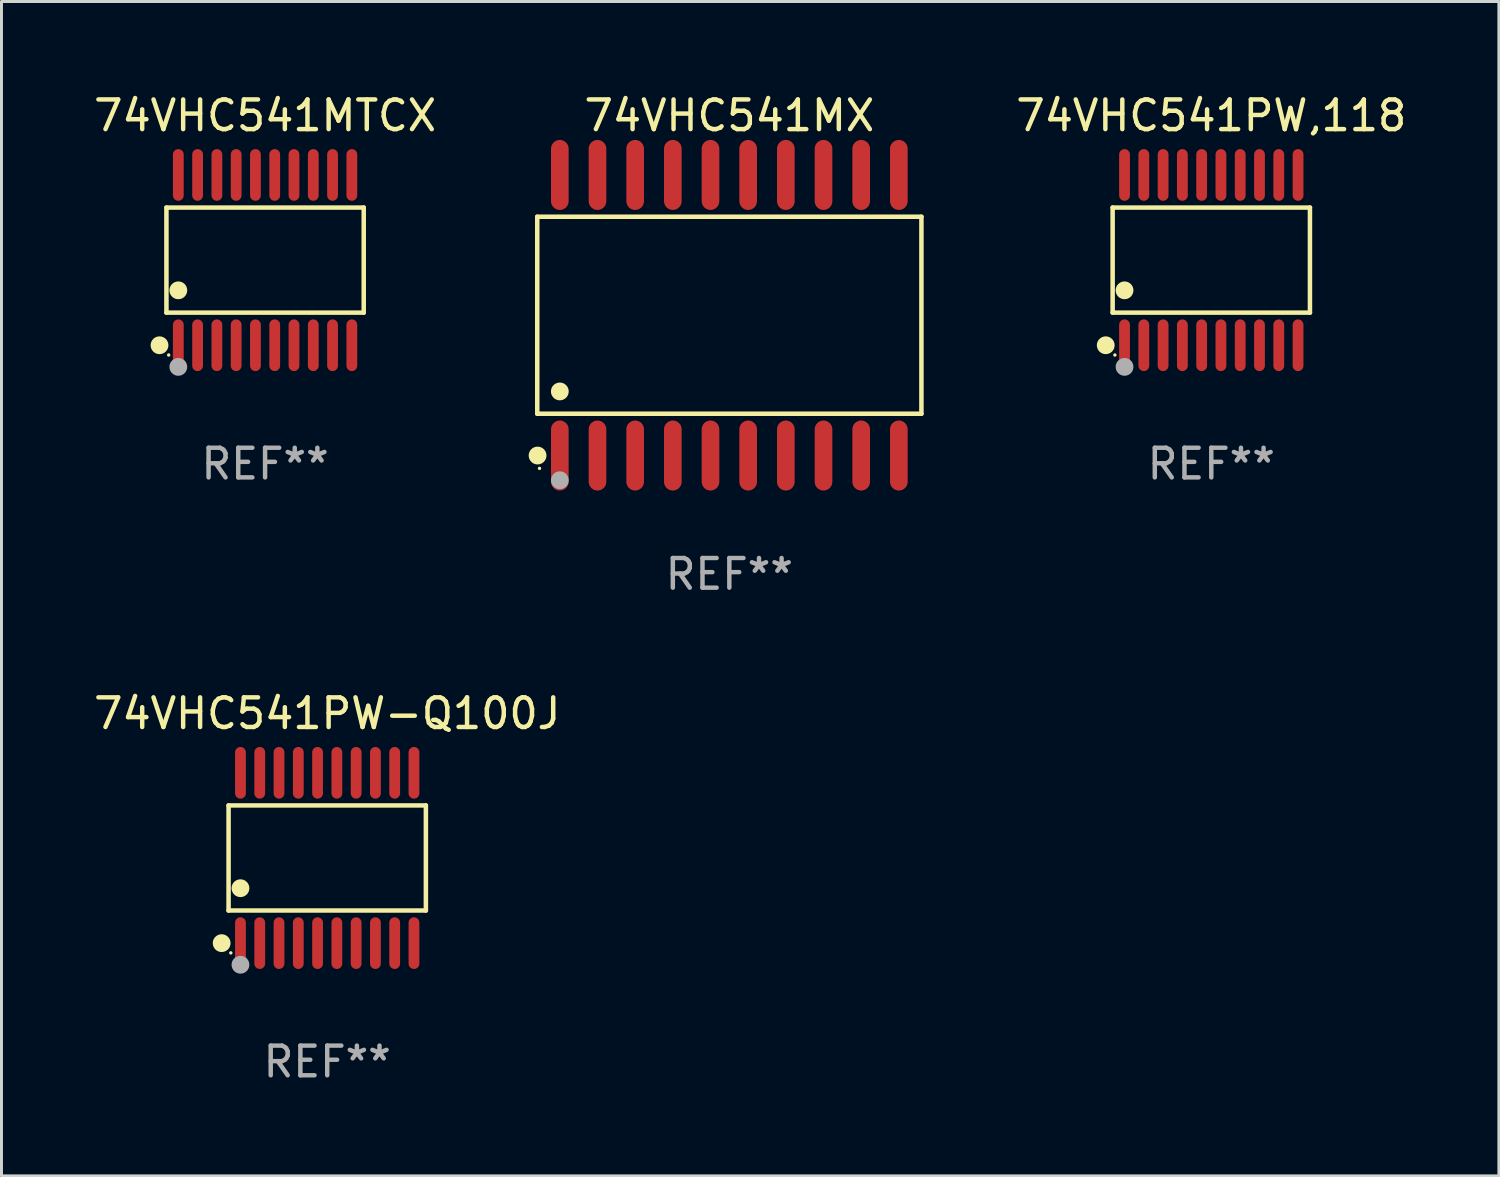
<source format=kicad_pcb>
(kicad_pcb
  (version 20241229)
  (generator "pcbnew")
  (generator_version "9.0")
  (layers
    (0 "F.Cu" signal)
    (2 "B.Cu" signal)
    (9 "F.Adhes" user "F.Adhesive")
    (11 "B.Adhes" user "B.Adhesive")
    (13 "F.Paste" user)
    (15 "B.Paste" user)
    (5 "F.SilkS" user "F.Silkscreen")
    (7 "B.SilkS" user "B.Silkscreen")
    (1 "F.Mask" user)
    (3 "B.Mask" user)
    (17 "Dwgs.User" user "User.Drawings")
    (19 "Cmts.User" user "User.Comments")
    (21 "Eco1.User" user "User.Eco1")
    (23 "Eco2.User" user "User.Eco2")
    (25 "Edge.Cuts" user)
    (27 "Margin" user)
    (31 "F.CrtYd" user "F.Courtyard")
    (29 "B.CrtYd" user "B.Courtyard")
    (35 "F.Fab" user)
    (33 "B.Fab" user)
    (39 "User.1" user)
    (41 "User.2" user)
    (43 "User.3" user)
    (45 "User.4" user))
  (footprint "74VHC541MX"
    (layer "F.Cu")
    (at 21.539 7.578)
    (property "Reference" "74VHC541MX" (at 0 -6.73 0) (layer "F.SilkS") (effects (font (size 1 1) (thickness 0.15))))
    (attr through_hole)
    (fp_line (start -6.476 -3.321) (end 6.476 -3.321) (stroke (width 0.152) (type solid)) (layer "F.SilkS"))
    (fp_line (start -6.476 3.321) (end -6.476 -3.321) (stroke (width 0.152) (type solid)) (layer "F.SilkS"))
    (fp_line (start 6.476 -3.321) (end 6.476 3.321) (stroke (width 0.152) (type solid)) (layer "F.SilkS"))
    (fp_line (start 6.476 3.321) (end -6.476 3.321) (stroke (width 0.152) (type solid)) (layer "F.SilkS"))
    (fp_circle (center -6.465 4.73) (end -6.315 4.73) (stroke (width 0.3) (type solid)) (fill no) (layer "F.SilkS"))
    (fp_circle (center -6.4 5.163) (end -6.37 5.163) (stroke (width 0.06) (type solid)) (fill no) (layer "F.SilkS"))
    (fp_circle (center -5.715 2.569) (end -5.565 2.569) (stroke (width 0.3) (type solid)) (fill no) (layer "F.SilkS"))
    (fp_circle (center -5.715 5.563) (end -5.565 5.563) (stroke (width 0.3) (type solid)) (fill no) (layer "F.Fab"))
    (fp_text user "REF**" (at 0 8.73 0) (layer "F.Fab") (effects (font (size 1 1) (thickness 0.15))))
    (pad "1" smd oval (at -5.715 4.73) (size 0.595 2.36) (layers "F.Cu" "F.Mask" "F.Paste"))
    (pad "2" smd oval (at -4.445 4.73) (size 0.595 2.36) (layers "F.Cu" "F.Mask" "F.Paste"))
    (pad "3" smd oval (at -3.175 4.73) (size 0.595 2.36) (layers "F.Cu" "F.Mask" "F.Paste"))
    (pad "4" smd oval (at -1.905 4.73) (size 0.595 2.36) (layers "F.Cu" "F.Mask" "F.Paste"))
    (pad "5" smd oval (at -0.635 4.73) (size 0.595 2.36) (layers "F.Cu" "F.Mask" "F.Paste"))
    (pad "6" smd oval (at 0.635 4.73) (size 0.595 2.36) (layers "F.Cu" "F.Mask" "F.Paste"))
    (pad "7" smd oval (at 1.905 4.73) (size 0.595 2.36) (layers "F.Cu" "F.Mask" "F.Paste"))
    (pad "8" smd oval (at 3.175 4.73) (size 0.595 2.36) (layers "F.Cu" "F.Mask" "F.Paste"))
    (pad "9" smd oval (at 4.445 4.73) (size 0.595 2.36) (layers "F.Cu" "F.Mask" "F.Paste"))
    (pad "10" smd oval (at 5.715 4.73) (size 0.595 2.36) (layers "F.Cu" "F.Mask" "F.Paste"))
    (pad "11" smd oval (at 5.715 -4.73) (size 0.595 2.36) (layers "F.Cu" "F.Mask" "F.Paste"))
    (pad "12" smd oval (at 4.445 -4.73) (size 0.595 2.36) (layers "F.Cu" "F.Mask" "F.Paste"))
    (pad "13" smd oval (at 3.175 -4.73) (size 0.595 2.36) (layers "F.Cu" "F.Mask" "F.Paste"))
    (pad "14" smd oval (at 1.905 -4.73) (size 0.595 2.36) (layers "F.Cu" "F.Mask" "F.Paste"))
    (pad "15" smd oval (at 0.635 -4.73) (size 0.595 2.36) (layers "F.Cu" "F.Mask" "F.Paste"))
    (pad "16" smd oval (at -0.635 -4.73) (size 0.595 2.36) (layers "F.Cu" "F.Mask" "F.Paste"))
    (pad "17" smd oval (at -1.905 -4.73) (size 0.595 2.36) (layers "F.Cu" "F.Mask" "F.Paste"))
    (pad "18" smd oval (at -3.175 -4.73) (size 0.595 2.36) (layers "F.Cu" "F.Mask" "F.Paste"))
    (pad "19" smd oval (at -4.445 -4.73) (size 0.595 2.36) (layers "F.Cu" "F.Mask" "F.Paste"))
    (pad "20" smd oval (at -5.715 -4.73) (size 0.595 2.36) (layers "F.Cu" "F.Mask" "F.Paste")))
  (footprint "74VHC541PW-Q100J"
    (layer "F.Cu")
    (at 7.982 25.876)
    (property "Reference" "74VHC541PW-Q100J" (at 0 -4.871 0) (layer "F.SilkS") (effects (font (size 1 1) (thickness 0.15))))
    (attr through_hole)
    (fp_line (start -3.326 -1.771) (end 3.326 -1.771) (stroke (width 0.152) (type solid)) (layer "F.SilkS"))
    (fp_line (start -3.326 1.771) (end -3.326 -1.771) (stroke (width 0.152) (type solid)) (layer "F.SilkS"))
    (fp_line (start 3.326 -1.771) (end 3.326 1.771) (stroke (width 0.152) (type solid)) (layer "F.SilkS"))
    (fp_line (start 3.326 1.771) (end -3.326 1.771) (stroke (width 0.152) (type solid)) (layer "F.SilkS"))
    (fp_circle (center -3.559 2.871) (end -3.409 2.871) (stroke (width 0.3) (type solid)) (fill no) (layer "F.SilkS"))
    (fp_circle (center -3.25 3.2) (end -3.22 3.2) (stroke (width 0.06) (type solid)) (fill no) (layer "F.SilkS"))
    (fp_circle (center -2.925 1.019) (end -2.775 1.019) (stroke (width 0.3) (type solid)) (fill no) (layer "F.SilkS"))
    (fp_circle (center -2.925 3.6) (end -2.775 3.6) (stroke (width 0.3) (type solid)) (fill no) (layer "F.Fab"))
    (fp_text user "REF**" (at 0 6.871 0) (layer "F.Fab") (effects (font (size 1 1) (thickness 0.15))))
    (pad "1" smd oval (at -2.925 2.871) (size 0.364 1.742) (layers "F.Cu" "F.Mask" "F.Paste"))
    (pad "2" smd oval (at -2.275 2.871) (size 0.364 1.742) (layers "F.Cu" "F.Mask" "F.Paste"))
    (pad "3" smd oval (at -1.625 2.871) (size 0.364 1.742) (layers "F.Cu" "F.Mask" "F.Paste"))
    (pad "4" smd oval (at -0.975 2.871) (size 0.364 1.742) (layers "F.Cu" "F.Mask" "F.Paste"))
    (pad "5" smd oval (at -0.325 2.871) (size 0.364 1.742) (layers "F.Cu" "F.Mask" "F.Paste"))
    (pad "6" smd oval (at 0.325 2.871) (size 0.364 1.742) (layers "F.Cu" "F.Mask" "F.Paste"))
    (pad "7" smd oval (at 0.975 2.871) (size 0.364 1.742) (layers "F.Cu" "F.Mask" "F.Paste"))
    (pad "8" smd oval (at 1.625 2.871) (size 0.364 1.742) (layers "F.Cu" "F.Mask" "F.Paste"))
    (pad "9" smd oval (at 2.275 2.871) (size 0.364 1.742) (layers "F.Cu" "F.Mask" "F.Paste"))
    (pad "10" smd oval (at 2.925 2.871) (size 0.364 1.742) (layers "F.Cu" "F.Mask" "F.Paste"))
    (pad "11" smd oval (at 2.925 -2.871) (size 0.364 1.742) (layers "F.Cu" "F.Mask" "F.Paste"))
    (pad "12" smd oval (at 2.275 -2.871) (size 0.364 1.742) (layers "F.Cu" "F.Mask" "F.Paste"))
    (pad "13" smd oval (at 1.625 -2.871) (size 0.364 1.742) (layers "F.Cu" "F.Mask" "F.Paste"))
    (pad "14" smd oval (at 0.975 -2.871) (size 0.364 1.742) (layers "F.Cu" "F.Mask" "F.Paste"))
    (pad "15" smd oval (at 0.325 -2.871) (size 0.364 1.742) (layers "F.Cu" "F.Mask" "F.Paste"))
    (pad "16" smd oval (at -0.325 -2.871) (size 0.364 1.742) (layers "F.Cu" "F.Mask" "F.Paste"))
    (pad "17" smd oval (at -0.975 -2.871) (size 0.364 1.742) (layers "F.Cu" "F.Mask" "F.Paste"))
    (pad "18" smd oval (at -1.625 -2.871) (size 0.364 1.742) (layers "F.Cu" "F.Mask" "F.Paste"))
    (pad "19" smd oval (at -2.275 -2.871) (size 0.364 1.742) (layers "F.Cu" "F.Mask" "F.Paste"))
    (pad "20" smd oval (at -2.925 -2.871) (size 0.364 1.742) (layers "F.Cu" "F.Mask" "F.Paste")))
  (footprint "74VHC541PW,118"
    (layer "F.Cu")
    (at 37.788 5.719)
    (property "Reference" "74VHC541PW,118" (at 0 -4.871 0) (layer "F.SilkS") (effects (font (size 1 1) (thickness 0.15))))
    (attr through_hole)
    (fp_line (start -3.326 -1.771) (end 3.326 -1.771) (stroke (width 0.152) (type solid)) (layer "F.SilkS"))
    (fp_line (start -3.326 1.771) (end -3.326 -1.771) (stroke (width 0.152) (type solid)) (layer "F.SilkS"))
    (fp_line (start 3.326 -1.771) (end 3.326 1.771) (stroke (width 0.152) (type solid)) (layer "F.SilkS"))
    (fp_line (start 3.326 1.771) (end -3.326 1.771) (stroke (width 0.152) (type solid)) (layer "F.SilkS"))
    (fp_circle (center -3.559 2.871) (end -3.409 2.871) (stroke (width 0.3) (type solid)) (fill no) (layer "F.SilkS"))
    (fp_circle (center -3.25 3.2) (end -3.22 3.2) (stroke (width 0.06) (type solid)) (fill no) (layer "F.SilkS"))
    (fp_circle (center -2.925 1.019) (end -2.775 1.019) (stroke (width 0.3) (type solid)) (fill no) (layer "F.SilkS"))
    (fp_circle (center -2.925 3.6) (end -2.775 3.6) (stroke (width 0.3) (type solid)) (fill no) (layer "F.Fab"))
    (fp_text user "REF**" (at 0 6.871 0) (layer "F.Fab") (effects (font (size 1 1) (thickness 0.15))))
    (pad "1" smd oval (at -2.925 2.871) (size 0.364 1.742) (layers "F.Cu" "F.Mask" "F.Paste"))
    (pad "2" smd oval (at -2.275 2.871) (size 0.364 1.742) (layers "F.Cu" "F.Mask" "F.Paste"))
    (pad "3" smd oval (at -1.625 2.871) (size 0.364 1.742) (layers "F.Cu" "F.Mask" "F.Paste"))
    (pad "4" smd oval (at -0.975 2.871) (size 0.364 1.742) (layers "F.Cu" "F.Mask" "F.Paste"))
    (pad "5" smd oval (at -0.325 2.871) (size 0.364 1.742) (layers "F.Cu" "F.Mask" "F.Paste"))
    (pad "6" smd oval (at 0.325 2.871) (size 0.364 1.742) (layers "F.Cu" "F.Mask" "F.Paste"))
    (pad "7" smd oval (at 0.975 2.871) (size 0.364 1.742) (layers "F.Cu" "F.Mask" "F.Paste"))
    (pad "8" smd oval (at 1.625 2.871) (size 0.364 1.742) (layers "F.Cu" "F.Mask" "F.Paste"))
    (pad "9" smd oval (at 2.275 2.871) (size 0.364 1.742) (layers "F.Cu" "F.Mask" "F.Paste"))
    (pad "10" smd oval (at 2.925 2.871) (size 0.364 1.742) (layers "F.Cu" "F.Mask" "F.Paste"))
    (pad "11" smd oval (at 2.925 -2.871) (size 0.364 1.742) (layers "F.Cu" "F.Mask" "F.Paste"))
    (pad "12" smd oval (at 2.275 -2.871) (size 0.364 1.742) (layers "F.Cu" "F.Mask" "F.Paste"))
    (pad "13" smd oval (at 1.625 -2.871) (size 0.364 1.742) (layers "F.Cu" "F.Mask" "F.Paste"))
    (pad "14" smd oval (at 0.975 -2.871) (size 0.364 1.742) (layers "F.Cu" "F.Mask" "F.Paste"))
    (pad "15" smd oval (at 0.325 -2.871) (size 0.364 1.742) (layers "F.Cu" "F.Mask" "F.Paste"))
    (pad "16" smd oval (at -0.325 -2.871) (size 0.364 1.742) (layers "F.Cu" "F.Mask" "F.Paste"))
    (pad "17" smd oval (at -0.975 -2.871) (size 0.364 1.742) (layers "F.Cu" "F.Mask" "F.Paste"))
    (pad "18" smd oval (at -1.625 -2.871) (size 0.364 1.742) (layers "F.Cu" "F.Mask" "F.Paste"))
    (pad "19" smd oval (at -2.275 -2.871) (size 0.364 1.742) (layers "F.Cu" "F.Mask" "F.Paste"))
    (pad "20" smd oval (at -2.925 -2.871) (size 0.364 1.742) (layers "F.Cu" "F.Mask" "F.Paste")))
  (footprint "74VHC541MTCX"
    (layer "F.Cu")
    (at 5.887 5.719)
    (property "Reference" "74VHC541MTCX" (at 0 -4.871 0) (layer "F.SilkS") (effects (font (size 1 1) (thickness 0.15))))
    (attr through_hole)
    (fp_line (start -3.326 -1.771) (end 3.326 -1.771) (stroke (width 0.152) (type solid)) (layer "F.SilkS"))
    (fp_line (start -3.326 1.771) (end -3.326 -1.771) (stroke (width 0.152) (type solid)) (layer "F.SilkS"))
    (fp_line (start 3.326 -1.771) (end 3.326 1.771) (stroke (width 0.152) (type solid)) (layer "F.SilkS"))
    (fp_line (start 3.326 1.771) (end -3.326 1.771) (stroke (width 0.152) (type solid)) (layer "F.SilkS"))
    (fp_circle (center -3.559 2.871) (end -3.409 2.871) (stroke (width 0.3) (type solid)) (fill no) (layer "F.SilkS"))
    (fp_circle (center -3.25 3.2) (end -3.22 3.2) (stroke (width 0.06) (type solid)) (fill no) (layer "F.SilkS"))
    (fp_circle (center -2.925 1.019) (end -2.775 1.019) (stroke (width 0.3) (type solid)) (fill no) (layer "F.SilkS"))
    (fp_circle (center -2.925 3.6) (end -2.775 3.6) (stroke (width 0.3) (type solid)) (fill no) (layer "F.Fab"))
    (fp_text user "REF**" (at 0 6.871 0) (layer "F.Fab") (effects (font (size 1 1) (thickness 0.15))))
    (pad "1" smd oval (at -2.925 2.871) (size 0.364 1.742) (layers "F.Cu" "F.Mask" "F.Paste"))
    (pad "2" smd oval (at -2.275 2.871) (size 0.364 1.742) (layers "F.Cu" "F.Mask" "F.Paste"))
    (pad "3" smd oval (at -1.625 2.871) (size 0.364 1.742) (layers "F.Cu" "F.Mask" "F.Paste"))
    (pad "4" smd oval (at -0.975 2.871) (size 0.364 1.742) (layers "F.Cu" "F.Mask" "F.Paste"))
    (pad "5" smd oval (at -0.325 2.871) (size 0.364 1.742) (layers "F.Cu" "F.Mask" "F.Paste"))
    (pad "6" smd oval (at 0.325 2.871) (size 0.364 1.742) (layers "F.Cu" "F.Mask" "F.Paste"))
    (pad "7" smd oval (at 0.975 2.871) (size 0.364 1.742) (layers "F.Cu" "F.Mask" "F.Paste"))
    (pad "8" smd oval (at 1.625 2.871) (size 0.364 1.742) (layers "F.Cu" "F.Mask" "F.Paste"))
    (pad "9" smd oval (at 2.275 2.871) (size 0.364 1.742) (layers "F.Cu" "F.Mask" "F.Paste"))
    (pad "10" smd oval (at 2.925 2.871) (size 0.364 1.742) (layers "F.Cu" "F.Mask" "F.Paste"))
    (pad "11" smd oval (at 2.925 -2.871) (size 0.364 1.742) (layers "F.Cu" "F.Mask" "F.Paste"))
    (pad "12" smd oval (at 2.275 -2.871) (size 0.364 1.742) (layers "F.Cu" "F.Mask" "F.Paste"))
    (pad "13" smd oval (at 1.625 -2.871) (size 0.364 1.742) (layers "F.Cu" "F.Mask" "F.Paste"))
    (pad "14" smd oval (at 0.975 -2.871) (size 0.364 1.742) (layers "F.Cu" "F.Mask" "F.Paste"))
    (pad "15" smd oval (at 0.325 -2.871) (size 0.364 1.742) (layers "F.Cu" "F.Mask" "F.Paste"))
    (pad "16" smd oval (at -0.325 -2.871) (size 0.364 1.742) (layers "F.Cu" "F.Mask" "F.Paste"))
    (pad "17" smd oval (at -0.975 -2.871) (size 0.364 1.742) (layers "F.Cu" "F.Mask" "F.Paste"))
    (pad "18" smd oval (at -1.625 -2.871) (size 0.364 1.742) (layers "F.Cu" "F.Mask" "F.Paste"))
    (pad "19" smd oval (at -2.275 -2.871) (size 0.364 1.742) (layers "F.Cu" "F.Mask" "F.Paste"))
    (pad "20" smd oval (at -2.925 -2.871) (size 0.364 1.742) (layers "F.Cu" "F.Mask" "F.Paste")))
  (gr_rect
    (start -3 -3)
    (end 47.484 36.595)
    (stroke (width 0.1) (type default))
    (fill no)
    (layer "Edge.Cuts")))
</source>
